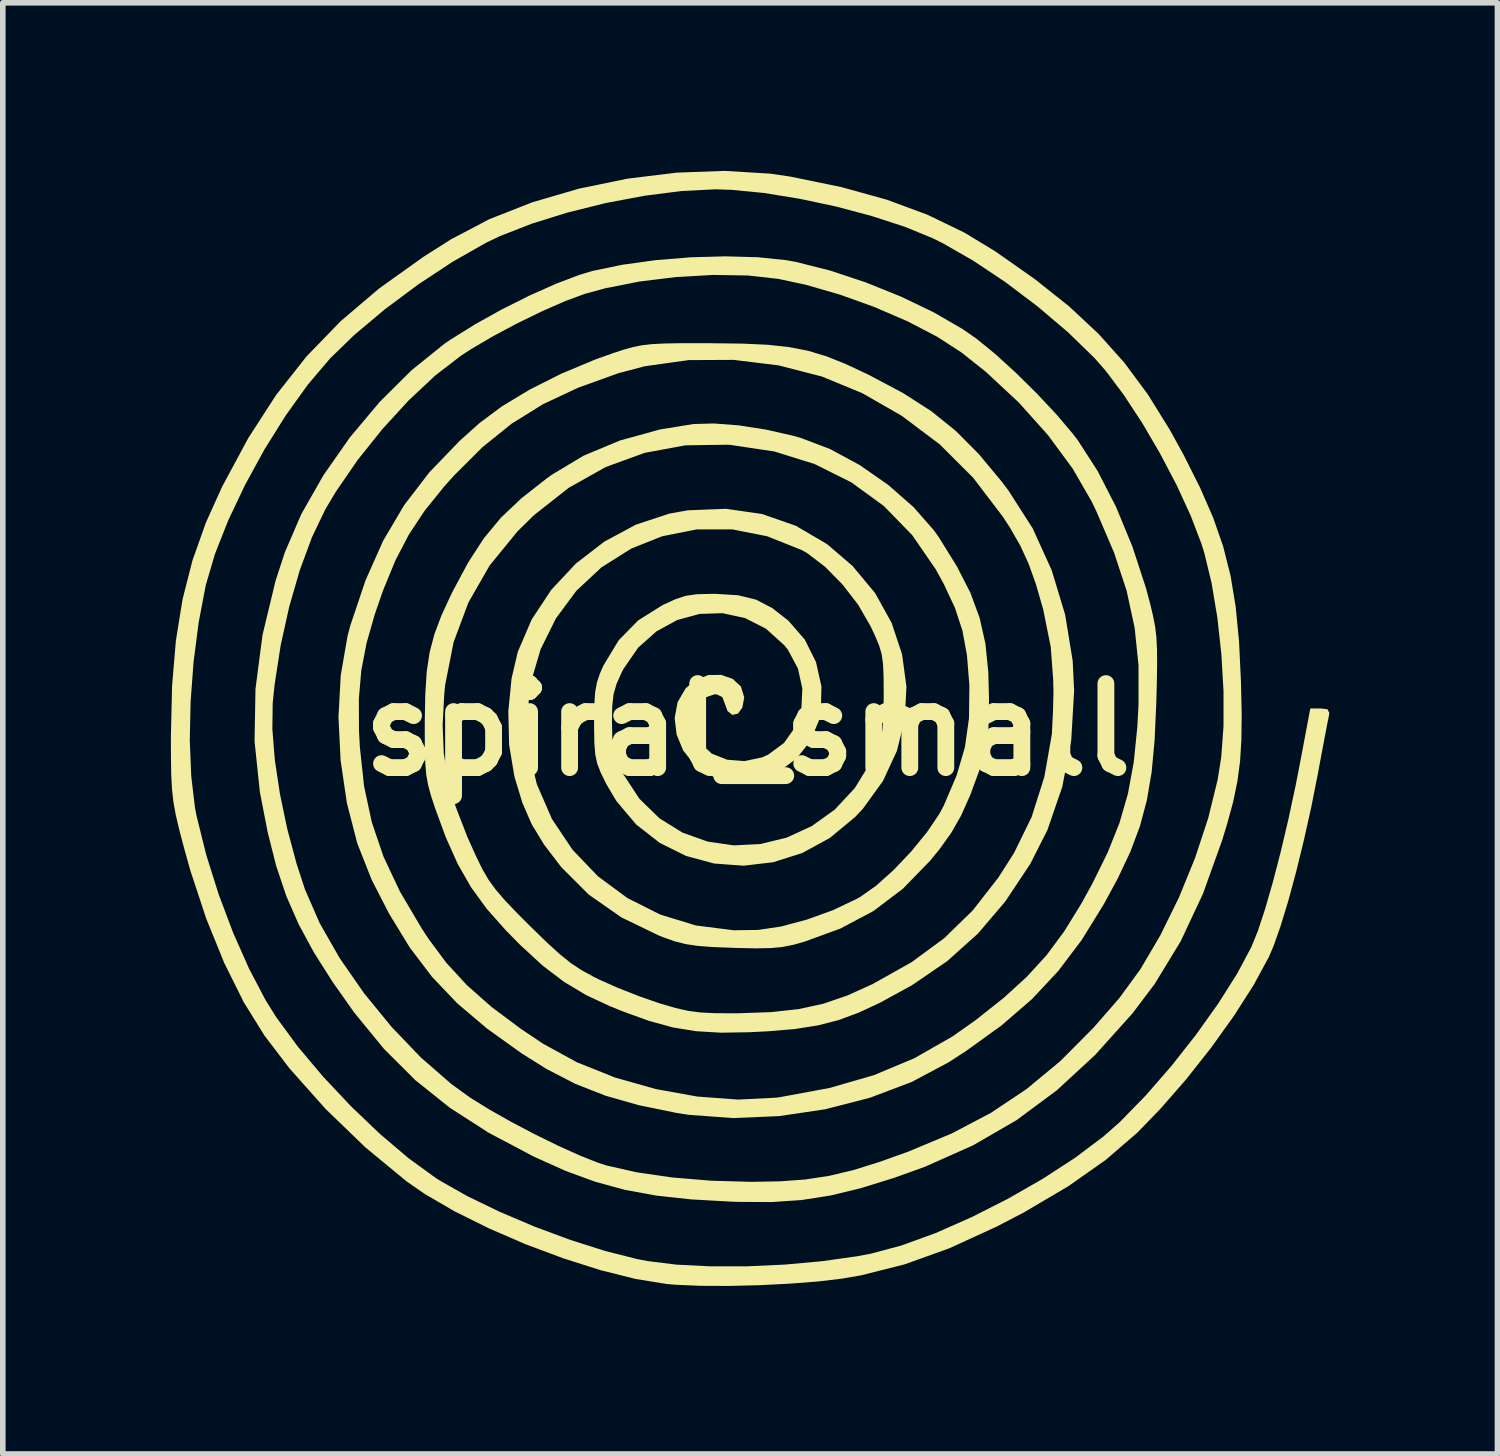
<source format=kicad_pcb>
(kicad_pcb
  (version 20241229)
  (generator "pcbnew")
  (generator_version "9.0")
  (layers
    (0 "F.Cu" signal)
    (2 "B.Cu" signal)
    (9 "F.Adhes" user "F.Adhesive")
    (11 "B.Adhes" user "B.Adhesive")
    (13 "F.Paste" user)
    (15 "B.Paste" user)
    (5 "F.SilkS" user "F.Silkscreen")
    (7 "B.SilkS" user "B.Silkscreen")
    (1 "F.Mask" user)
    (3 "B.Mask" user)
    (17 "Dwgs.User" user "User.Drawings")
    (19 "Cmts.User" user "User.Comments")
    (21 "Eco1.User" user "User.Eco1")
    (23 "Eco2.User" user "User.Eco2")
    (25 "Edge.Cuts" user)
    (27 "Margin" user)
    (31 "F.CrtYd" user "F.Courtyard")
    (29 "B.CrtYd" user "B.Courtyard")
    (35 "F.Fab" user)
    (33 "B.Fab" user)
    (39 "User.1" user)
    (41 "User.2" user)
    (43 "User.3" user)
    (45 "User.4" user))
  (footprint "spiral_small"
    (layer "F.Cu")
    (at 10.295 9.972)
    (property "Reference" "spiral_small" (at 0 0 0) (layer "F.SilkS") (effects (font (size 1.5 1.5) (thickness 0.3))))
    (attr board_only exclude_from_pos_files exclude_from_bom)
    (fp_poly (pts (xy 0.401 -9.923) (xy 0.756 -9.871) (xy 1.671 -9.683) (xy 2.482 -9.458) (xy 3.209 -9.189) (xy 3.87 -8.869) (xy 4.417 -8.537) (xy 5.126 -8.039) (xy 5.734 -7.556) (xy 6.259 -7.066) (xy 6.721 -6.55) (xy 7.139 -5.986) (xy 7.532 -5.354) (xy 7.781 -4.901) (xy 8.075 -4.315) (xy 8.308 -3.781) (xy 8.486 -3.269) (xy 8.617 -2.75) (xy 8.709 -2.195) (xy 8.769 -1.575) (xy 8.803 -0.861) (xy 8.804 -0.819) (xy 8.816 -0.273) (xy 8.811 0.179) (xy 8.787 0.569) (xy 8.739 0.928) (xy 8.664 1.289) (xy 8.557 1.682) (xy 8.467 1.977) (xy 8.125 2.93) (xy 7.726 3.78) (xy 7.264 4.539) (xy 6.866 5.066) (xy 6.199 5.808) (xy 5.516 6.438) (xy 4.797 6.971) (xy 4.019 7.421) (xy 3.163 7.802) (xy 2.616 7.999) (xy 2.012 8.186) (xy 1.474 8.316) (xy 0.96 8.396) (xy 0.427 8.432) (xy -0.168 8.429) (xy -0.284 8.425) (xy -1.004 8.385) (xy -1.63 8.317) (xy -2.192 8.214) (xy -2.72 8.07) (xy -3.245 7.878) (xy -3.796 7.631) (xy -3.831 7.614) (xy -4.625 7.194) (xy -5.318 6.748) (xy -5.932 6.257) (xy -6.492 5.698) (xy -7.022 5.051) (xy -7.407 4.506) (xy -7.743 3.976) (xy -8.015 3.473) (xy -8.236 2.968) (xy -8.416 2.431) (xy -8.568 1.829) (xy -8.703 1.134) (xy -8.708 1.103) (xy -8.802 0.208) (xy -8.785 -0.728) (xy -8.66 -1.689) (xy -8.427 -2.657) (xy -8.259 -3.17) (xy -7.966 -3.849) (xy -7.573 -4.539) (xy -7.101 -5.214) (xy -6.57 -5.847) (xy -6.001 -6.413) (xy -5.415 -6.885) (xy -5.296 -6.966) (xy -4.862 -7.236) (xy -4.386 -7.501) (xy -3.897 -7.746) (xy -3.428 -7.955) (xy -3.008 -8.115) (xy -2.771 -8.186) (xy -2.237 -8.297) (xy -1.641 -8.379) (xy -1.017 -8.43) (xy -0.399 -8.447) (xy 0.18 -8.431) (xy 0.685 -8.379) (xy 0.857 -8.348) (xy 1.468 -8.194) (xy 2.104 -7.983) (xy 2.731 -7.73) (xy 3.317 -7.449) (xy 3.829 -7.153) (xy 4.079 -6.98) (xy 4.411 -6.71) (xy 4.782 -6.372) (xy 5.158 -6.001) (xy 5.509 -5.627) (xy 5.801 -5.282) (xy 5.891 -5.165) (xy 6.243 -4.619) (xy 6.573 -3.977) (xy 6.865 -3.27) (xy 7.108 -2.526) (xy 7.185 -2.238) (xy 7.235 -2.027) (xy 7.271 -1.84) (xy 7.294 -1.65) (xy 7.305 -1.432) (xy 7.307 -1.159) (xy 7.301 -0.806) (xy 7.292 -0.474) (xy 7.262 0.191) (xy 7.209 0.759) (xy 7.124 1.26) (xy 7 1.724) (xy 6.83 2.179) (xy 6.606 2.654) (xy 6.353 3.12) (xy 5.962 3.753) (xy 5.542 4.309) (xy 5.073 4.81) (xy 4.532 5.278) (xy 3.898 5.735) (xy 3.589 5.936) (xy 2.924 6.29) (xy 2.179 6.571) (xy 1.383 6.776) (xy 0.56 6.898) (xy -0.261 6.933) (xy -1.053 6.875) (xy -1.261 6.843) (xy -1.945 6.703) (xy -2.537 6.534) (xy -3.073 6.324) (xy -3.587 6.059) (xy -4.034 5.779) (xy -4.656 5.333) (xy -5.182 4.887) (xy -5.633 4.414) (xy -6.031 3.89) (xy -6.399 3.288) (xy -6.712 2.679) (xy -6.968 2.031) (xy -7.154 1.31) (xy -7.266 0.548) (xy -7.304 -0.224) (xy -7.263 -0.974) (xy -7.142 -1.671) (xy -7.092 -1.859) (xy -6.821 -2.665) (xy -6.506 -3.372) (xy -6.132 -4.006) (xy -5.683 -4.591) (xy -5.143 -5.152) (xy -4.79 -5.469) (xy -4.388 -5.769) (xy -3.891 -6.069) (xy -3.328 -6.352) (xy -2.728 -6.603) (xy -2.395 -6.722) (xy -2.205 -6.784) (xy -2.041 -6.829) (xy -1.881 -6.861) (xy -1.699 -6.881) (xy -1.471 -6.892) (xy -1.174 -6.897) (xy -0.782 -6.897) (xy -0.63 -6.896) (xy -0.083 -6.889) (xy 0.366 -6.868) (xy 0.745 -6.826) (xy 1.083 -6.76) (xy 1.407 -6.662) (xy 1.745 -6.527) (xy 2.124 -6.349) (xy 2.189 -6.317) (xy 2.779 -6.003) (xy 3.277 -5.683) (xy 3.714 -5.331) (xy 4.122 -4.921) (xy 4.534 -4.426) (xy 4.651 -4.271) (xy 5.085 -3.594) (xy 5.425 -2.846) (xy 5.666 -2.05) (xy 5.8 -1.228) (xy 5.826 -0.693) (xy 5.774 0.19) (xy 5.614 1.022) (xy 5.348 1.795) (xy 5.04 2.401) (xy 4.595 3.07) (xy 4.11 3.639) (xy 3.563 4.13) (xy 2.932 4.562) (xy 2.356 4.877) (xy 1.976 5.053) (xy 1.619 5.185) (xy 1.253 5.279) (xy 0.846 5.343) (xy 0.364 5.384) (xy 0.031 5.401) (xy -0.478 5.409) (xy -0.92 5.383) (xy -1.333 5.316) (xy -1.758 5.2) (xy -2.234 5.027) (xy -2.455 4.938) (xy -2.886 4.737) (xy -3.278 4.502) (xy -3.661 4.211) (xy -4.061 3.843) (xy -4.319 3.58) (xy -4.658 3.198) (xy -4.937 2.815) (xy -5.175 2.399) (xy -5.389 1.921) (xy -5.585 1.387) (xy -5.655 1.172) (xy -5.704 0.99) (xy -5.737 0.81) (xy -5.755 0.602) (xy -5.763 0.336) (xy -5.764 -0.019) (xy -5.764 -0.126) (xy -5.755 -0.626) (xy -5.729 -1.033) (xy -5.677 -1.381) (xy -5.592 -1.703) (xy -5.469 -2.031) (xy -5.299 -2.399) (xy -5.268 -2.462) (xy -4.99 -2.982) (xy -4.711 -3.412) (xy -4.404 -3.783) (xy -4.04 -4.128) (xy -3.593 -4.479) (xy -3.498 -4.548) (xy -2.932 -4.888) (xy -2.28 -5.16) (xy -1.567 -5.357) (xy -0.969 -5.454) (xy -0.604 -5.464) (xy -0.16 -5.43) (xy 0.325 -5.355) (xy 0.814 -5.244) (xy 0.944 -5.207) (xy 1.469 -5.008) (xy 2 -4.721) (xy 2.507 -4.368) (xy 2.96 -3.971) (xy 3.326 -3.554) (xy 3.416 -3.425) (xy 3.736 -2.909) (xy 3.973 -2.445) (xy 4.138 -1.999) (xy 4.242 -1.537) (xy 4.294 -1.027) (xy 4.306 -0.567) (xy 4.304 -0.215) (xy 4.292 0.05) (xy 4.265 0.263) (xy 4.218 0.464) (xy 4.147 0.69) (xy 4.138 0.717) (xy 3.972 1.167) (xy 3.811 1.529) (xy 3.634 1.84) (xy 3.421 2.138) (xy 3.253 2.343) (xy 2.769 2.84) (xy 2.244 3.238) (xy 1.651 3.552) (xy 1.018 3.783) (xy 0.808 3.842) (xy 0.616 3.88) (xy 0.408 3.899) (xy 0.151 3.904) (xy -0.192 3.897) (xy -0.271 3.894) (xy -0.632 3.88) (xy -0.901 3.859) (xy -1.113 3.827) (xy -1.304 3.778) (xy -1.508 3.706) (xy -1.577 3.679) (xy -2.255 3.351) (xy -2.838 2.944) (xy -3.324 2.458) (xy -3.333 2.447) (xy -3.633 2.055) (xy -3.855 1.69) (xy -4.022 1.306) (xy -4.158 0.857) (xy -4.167 0.82) (xy -4.258 0.271) (xy -4.273 -0.324) (xy -4.215 -0.912) (xy -4.104 -1.387) (xy -3.856 -1.965) (xy -3.505 -2.496) (xy -3.067 -2.964) (xy -2.558 -3.356) (xy -1.996 -3.658) (xy -1.396 -3.856) (xy -1.071 -3.914) (xy -0.388 -3.941) (xy 0.257 -3.848) (xy 0.859 -3.638) (xy 1.416 -3.311) (xy 1.869 -2.923) (xy 2.273 -2.438) (xy 2.568 -1.906) (xy 2.755 -1.344) (xy 2.833 -0.766) (xy 2.803 -0.187) (xy 2.663 0.379) (xy 2.414 0.917) (xy 2.056 1.412) (xy 1.917 1.56) (xy 1.465 1.934) (xy 0.972 2.203) (xy 0.454 2.367) (xy -0.074 2.429) (xy -0.598 2.39) (xy -1.102 2.254) (xy -1.571 2.021) (xy -1.99 1.694) (xy -2.344 1.275) (xy -2.525 0.969) (xy -2.623 0.769) (xy -2.686 0.607) (xy -2.721 0.445) (xy -2.737 0.244) (xy -2.742 -0.035) (xy -2.742 -0.123) (xy -2.738 -0.439) (xy -2.723 -0.668) (xy -2.69 -0.846) (xy -2.634 -1.011) (xy -2.576 -1.142) (xy -2.304 -1.593) (xy -1.954 -1.95) (xy -1.522 -2.221) (xy -1.296 -2.325) (xy -1.111 -2.387) (xy -0.915 -2.416) (xy -0.658 -2.423) (xy -0.568 -2.423) (xy -0.171 -2.398) (xy 0.15 -2.319) (xy 0.44 -2.168) (xy 0.725 -1.945) (xy 1.018 -1.608) (xy 1.218 -1.207) (xy 1.316 -0.77) (xy 1.305 -0.326) (xy 1.269 -0.156) (xy 1.112 0.212) (xy 0.87 0.516) (xy 0.564 0.745) (xy 0.216 0.888) (xy -0.153 0.934) (xy -0.522 0.874) (xy -0.678 0.812) (xy -0.952 0.623) (xy -1.151 0.374) (xy -1.269 0.089) (xy -1.304 -0.207) (xy -1.251 -0.49) (xy -1.108 -0.736) (xy -0.933 -0.884) (xy -0.704 -0.974) (xy -0.473 -0.977) (xy -0.269 -0.906) (xy -0.122 -0.77) (xy -0.063 -0.58) (xy -0.063 -0.57) (xy -0.096 -0.392) (xy -0.175 -0.286) (xy -0.273 -0.262) (xy -0.36 -0.331) (xy -0.4 -0.441) (xy -0.452 -0.58) (xy -0.552 -0.628) (xy -0.594 -0.63) (xy -0.754 -0.575) (xy -0.871 -0.431) (xy -0.937 -0.233) (xy -0.941 -0.013) (xy -0.874 0.195) (xy -0.847 0.238) (xy -0.642 0.428) (xy -0.368 0.537) (xy -0.058 0.562) (xy 0.256 0.496) (xy 0.365 0.447) (xy 0.649 0.237) (xy 0.848 -0.046) (xy 0.958 -0.377) (xy 0.975 -0.733) (xy 0.897 -1.089) (xy 0.719 -1.423) (xy 0.652 -1.507) (xy 0.325 -1.802) (xy -0.048 -1.991) (xy -0.449 -2.078) (xy -0.858 -2.065) (xy -1.258 -1.956) (xy -1.63 -1.753) (xy -1.957 -1.461) (xy -2.219 -1.081) (xy -2.249 -1.022) (xy -2.341 -0.817) (xy -2.394 -0.633) (xy -2.418 -0.422) (xy -2.423 -0.134) (xy -2.423 -0.126) (xy -2.416 0.159) (xy -2.391 0.367) (xy -2.338 0.548) (xy -2.245 0.75) (xy -2.224 0.79) (xy -1.933 1.234) (xy -1.575 1.583) (xy -1.165 1.838) (xy -0.718 1.998) (xy -0.248 2.066) (xy 0.228 2.042) (xy 0.697 1.927) (xy 1.143 1.722) (xy 1.553 1.428) (xy 1.91 1.045) (xy 2.2 0.574) (xy 2.218 0.536) (xy 2.309 0.336) (xy 2.369 0.173) (xy 2.404 0.01) (xy 2.421 -0.19) (xy 2.426 -0.462) (xy 2.427 -0.63) (xy 2.425 -0.947) (xy 2.415 -1.175) (xy 2.39 -1.35) (xy 2.342 -1.511) (xy 2.264 -1.694) (xy 2.19 -1.85) (xy 1.972 -2.227) (xy 1.692 -2.59) (xy 1.379 -2.908) (xy 1.064 -3.148) (xy 0.961 -3.206) (xy 0.348 -3.451) (xy -0.277 -3.574) (xy -0.906 -3.574) (xy -1.526 -3.451) (xy -2.079 -3.231) (xy -2.609 -2.897) (xy -3.059 -2.477) (xy -3.423 -1.985) (xy -3.696 -1.435) (xy -3.87 -0.844) (xy -3.941 -0.227) (xy -3.902 0.401) (xy -3.763 0.977) (xy -3.494 1.595) (xy -3.127 2.144) (xy -2.673 2.618) (xy -2.147 3.006) (xy -1.559 3.302) (xy -0.923 3.496) (xy -0.251 3.581) (xy 0.189 3.575) (xy 0.596 3.514) (xy 1.056 3.391) (xy 1.52 3.223) (xy 1.94 3.024) (xy 2.008 2.986) (xy 2.293 2.785) (xy 2.606 2.504) (xy 2.918 2.175) (xy 3.199 1.831) (xy 3.421 1.503) (xy 3.497 1.361) (xy 3.729 0.817) (xy 3.877 0.312) (xy 3.949 -0.199) (xy 3.956 -0.76) (xy 3.954 -0.819) (xy 3.913 -1.328) (xy 3.833 -1.763) (xy 3.7 -2.17) (xy 3.501 -2.596) (xy 3.355 -2.862) (xy 2.936 -3.471) (xy 2.431 -3.99) (xy 1.848 -4.414) (xy 1.194 -4.74) (xy 0.476 -4.964) (xy -0.3 -5.08) (xy -0.358 -5.085) (xy -1.111 -5.074) (xy -1.838 -4.94) (xy -2.534 -4.687) (xy -3.194 -4.316) (xy -3.812 -3.83) (xy -4.111 -3.536) (xy -4.606 -2.929) (xy -4.985 -2.269) (xy -5.25 -1.558) (xy -5.4 -0.796) (xy -5.416 -0.634) (xy -5.445 -0.082) (xy -5.425 0.416) (xy -5.349 0.892) (xy -5.211 1.379) (xy -5.005 1.912) (xy -4.845 2.267) (xy -4.737 2.488) (xy -4.628 2.676) (xy -4.498 2.855) (xy -4.33 3.051) (xy -4.102 3.289) (xy -3.888 3.503) (xy -3.594 3.79) (xy -3.359 4.004) (xy -3.158 4.166) (xy -2.965 4.294) (xy -2.753 4.41) (xy -2.646 4.463) (xy -2.318 4.609) (xy -1.941 4.757) (xy -1.59 4.88) (xy -1.544 4.894) (xy -1.286 4.969) (xy -1.066 5.019) (xy -0.845 5.048) (xy -0.585 5.061) (xy -0.245 5.063) (xy -0.158 5.062) (xy 0.419 5.042) (xy 0.909 4.988) (xy 1.35 4.892) (xy 1.779 4.745) (xy 2.232 4.54) (xy 2.237 4.537) (xy 2.923 4.152) (xy 3.508 3.722) (xy 4.017 3.226) (xy 4.473 2.641) (xy 4.752 2.204) (xy 5.068 1.558) (xy 5.294 0.844) (xy 5.428 0.084) (xy 5.467 -0.697) (xy 5.408 -1.477) (xy 5.274 -2.144) (xy 5.144 -2.595) (xy 5.013 -2.962) (xy 4.864 -3.285) (xy 4.679 -3.607) (xy 4.553 -3.801) (xy 4.024 -4.495) (xy 3.427 -5.091) (xy 2.749 -5.601) (xy 2.046 -6.004) (xy 1.324 -6.302) (xy 0.55 -6.501) (xy -0.251 -6.599) (xy -1.054 -6.595) (xy -1.833 -6.486) (xy -2.309 -6.361) (xy -3.03 -6.101) (xy -3.656 -5.807) (xy -4.214 -5.46) (xy -4.734 -5.041) (xy -5.245 -4.531) (xy -5.421 -4.334) (xy -5.763 -3.911) (xy -6.046 -3.484) (xy -6.288 -3.02) (xy -6.508 -2.485) (xy -6.655 -2.061) (xy -6.803 -1.545) (xy -6.897 -1.055) (xy -6.94 -0.55) (xy -6.938 0.014) (xy -6.922 0.315) (xy -6.847 1.009) (xy -6.71 1.651) (xy -6.5 2.268) (xy -6.207 2.89) (xy -5.821 3.544) (xy -5.699 3.731) (xy -5.38 4.161) (xy -5.012 4.561) (xy -4.574 4.948) (xy -4.048 5.341) (xy -3.656 5.604) (xy -3.051 5.936) (xy -2.37 6.209) (xy -1.642 6.415) (xy -0.9 6.549) (xy -0.174 6.603) (xy 0.503 6.569) (xy 0.575 6.56) (xy 1.459 6.396) (xy 2.253 6.167) (xy 2.976 5.864) (xy 3.652 5.478) (xy 4.065 5.187) (xy 4.567 4.789) (xy 4.981 4.412) (xy 5.332 4.028) (xy 5.646 3.605) (xy 5.95 3.113) (xy 6.148 2.754) (xy 6.424 2.194) (xy 6.634 1.669) (xy 6.786 1.143) (xy 6.89 0.581) (xy 6.954 -0.051) (xy 6.975 -0.441) (xy 6.975 -1.147) (xy 6.906 -1.817) (xy 6.763 -2.478) (xy 6.538 -3.16) (xy 6.226 -3.889) (xy 6.142 -4.065) (xy 5.802 -4.655) (xy 5.361 -5.254) (xy 4.838 -5.838) (xy 4.252 -6.384) (xy 3.817 -6.73) (xy 3.383 -7.011) (xy 2.855 -7.286) (xy 2.265 -7.541) (xy 1.645 -7.764) (xy 1.027 -7.942) (xy 0.544 -8.045) (xy 0.002 -8.105) (xy -0.617 -8.115) (xy -1.273 -8.078) (xy -1.928 -7.998) (xy -2.543 -7.877) (xy -2.907 -7.777) (xy -3.253 -7.65) (xy -3.666 -7.469) (xy -4.11 -7.253) (xy -4.547 -7.02) (xy -4.942 -6.788) (xy -5.117 -6.674) (xy -5.576 -6.321) (xy -6.052 -5.875) (xy -6.522 -5.362) (xy -6.964 -4.809) (xy -7.353 -4.243) (xy -7.54 -3.929) (xy -7.777 -3.434) (xy -7.995 -2.844) (xy -8.184 -2.19) (xy -8.336 -1.502) (xy -8.443 -0.81) (xy -8.478 -0.473) (xy -8.484 -0.007) (xy -8.44 0.543) (xy -8.349 1.146) (xy -8.218 1.773) (xy -8.051 2.396) (xy -7.902 2.852) (xy -7.639 3.455) (xy -7.281 4.081) (xy -6.846 4.707) (xy -6.356 5.306) (xy -5.831 5.854) (xy -5.29 6.325) (xy -4.948 6.572) (xy -4.61 6.781) (xy -4.217 7.003) (xy -3.797 7.224) (xy -3.379 7.429) (xy -2.992 7.603) (xy -2.667 7.732) (xy -2.521 7.779) (xy -1.983 7.901) (xy -1.35 7.993) (xy -0.651 8.051) (xy 0.063 8.071) (xy 0.578 8.062) (xy 1.029 8.029) (xy 1.454 7.964) (xy 1.887 7.861) (xy 2.363 7.712) (xy 2.868 7.531) (xy 3.643 7.207) (xy 4.339 6.841) (xy 4.976 6.416) (xy 5.579 5.916) (xy 6.17 5.322) (xy 6.632 4.792) (xy 7.007 4.279) (xy 7.365 3.67) (xy 7.696 2.997) (xy 7.985 2.289) (xy 8.219 1.579) (xy 8.387 0.896) (xy 8.451 0.494) (xy 8.492 -0.061) (xy 8.492 -0.685) (xy 8.454 -1.344) (xy 8.382 -2) (xy 8.279 -2.616) (xy 8.148 -3.158) (xy 8.097 -3.32) (xy 7.903 -3.826) (xy 7.651 -4.373) (xy 7.357 -4.932) (xy 7.039 -5.476) (xy 6.711 -5.975) (xy 6.392 -6.401) (xy 6.187 -6.635) (xy 5.712 -7.096) (xy 5.172 -7.554) (xy 4.597 -7.988) (xy 4.021 -8.372) (xy 3.474 -8.685) (xy 3.3 -8.771) (xy 2.802 -8.975) (xy 2.215 -9.166) (xy 1.577 -9.336) (xy 0.923 -9.475) (xy 0.289 -9.578) (xy -0.289 -9.634) (xy -0.575 -9.643) (xy -1.18 -9.613) (xy -1.844 -9.528) (xy -2.535 -9.398) (xy -3.218 -9.228) (xy -3.86 -9.028) (xy -4.427 -8.806) (xy -4.671 -8.689) (xy -5.269 -8.349) (xy -5.884 -7.943) (xy -6.481 -7.498) (xy -7.026 -7.04) (xy -7.456 -6.622) (xy -7.85 -6.158) (xy -8.245 -5.608) (xy -8.624 -5.002) (xy -8.971 -4.368) (xy -9.272 -3.734) (xy -9.511 -3.128) (xy -9.672 -2.579) (xy -9.673 -2.576) (xy -9.799 -1.914) (xy -9.89 -1.212) (xy -9.943 -0.502) (xy -9.958 0.188) (xy -9.932 0.828) (xy -9.866 1.388) (xy -9.836 1.544) (xy -9.665 2.232) (xy -9.444 2.935) (xy -9.185 3.623) (xy -8.901 4.264) (xy -8.604 4.83) (xy -8.416 5.131) (xy -8.031 5.656) (xy -7.578 6.194) (xy -7.081 6.722) (xy -6.565 7.215) (xy -6.054 7.649) (xy -5.572 7.999) (xy -5.496 8.048) (xy -5.005 8.326) (xy -4.429 8.605) (xy -3.803 8.871) (xy -3.162 9.109) (xy -2.541 9.306) (xy -1.975 9.449) (xy -1.788 9.485) (xy -1.274 9.549) (xy -0.672 9.579) (xy -0.015 9.579) (xy 0.664 9.548) (xy 1.332 9.487) (xy 1.955 9.399) (xy 2.203 9.352) (xy 2.747 9.206) (xy 3.352 8.986) (xy 3.991 8.704) (xy 4.637 8.377) (xy 5.264 8.018) (xy 5.843 7.642) (xy 6.347 7.263) (xy 6.641 7.004) (xy 7.1 6.534) (xy 7.559 6.007) (xy 7.998 5.45) (xy 8.397 4.89) (xy 8.736 4.354) (xy 8.987 3.884) (xy 9.103 3.599) (xy 9.232 3.208) (xy 9.37 2.731) (xy 9.511 2.189) (xy 9.65 1.6) (xy 9.782 0.984) (xy 9.866 0.551) (xy 10.041 -0.378) (xy 10.221 -0.378) (xy 10.347 -0.364) (xy 10.38 -0.3) (xy 10.371 -0.236) (xy 10.348 -0.125) (xy 10.308 0.084) (xy 10.255 0.363) (xy 10.195 0.685) (xy 10.176 0.788) (xy 10.058 1.384) (xy 9.926 1.975) (xy 9.788 2.539) (xy 9.648 3.056) (xy 9.511 3.505) (xy 9.384 3.865) (xy 9.301 4.058) (xy 9.03 4.558) (xy 8.679 5.107) (xy 8.27 5.678) (xy 7.824 6.243) (xy 7.361 6.773) (xy 6.955 7.192) (xy 6.392 7.678) (xy 5.718 8.152) (xy 4.927 8.618) (xy 4.451 8.866) (xy 3.601 9.256) (xy 2.797 9.545) (xy 2.022 9.74) (xy 1.687 9.798) (xy 1.25 9.85) (xy 0.743 9.889) (xy 0.2 9.916) (xy -0.343 9.929) (xy -0.849 9.927) (xy -1.283 9.908) (xy -1.45 9.894) (xy -2.003 9.804) (xy -2.626 9.648) (xy -3.289 9.437) (xy -3.965 9.185) (xy -4.622 8.9) (xy -5.233 8.597) (xy -5.768 8.285) (xy -6.087 8.064) (xy -6.827 7.453) (xy -7.534 6.77) (xy -8.176 6.049) (xy -8.624 5.462) (xy -8.994 4.866) (xy -9.343 4.164) (xy -9.664 3.374) (xy -9.948 2.514) (xy -10.068 2.084) (xy -10.151 1.767) (xy -10.21 1.513) (xy -10.25 1.29) (xy -10.275 1.067) (xy -10.289 0.81) (xy -10.294 0.487) (xy -10.295 0.126) (xy -10.274 -0.778) (xy -10.206 -1.587) (xy -10.087 -2.326) (xy -9.91 -3.019) (xy -9.672 -3.69) (xy -9.38 -4.337) (xy -8.914 -5.203) (xy -8.418 -5.971) (xy -7.875 -6.66) (xy -7.267 -7.288) (xy -6.578 -7.874) (xy -5.789 -8.437) (xy -5.295 -8.751) (xy -4.612 -9.11) (xy -3.841 -9.413) (xy -3.008 -9.656) (xy -2.141 -9.834) (xy -1.265 -9.941) (xy -0.409 -9.972)) (stroke (width 0) (type solid)) (fill yes) (layer "F.SilkS")))
  (gr_rect
    (start -3 -3)
    (end 23.676 22.901)
    (stroke (width 0.1) (type default))
    (fill no)
    (layer "Edge.Cuts")))
</source>
